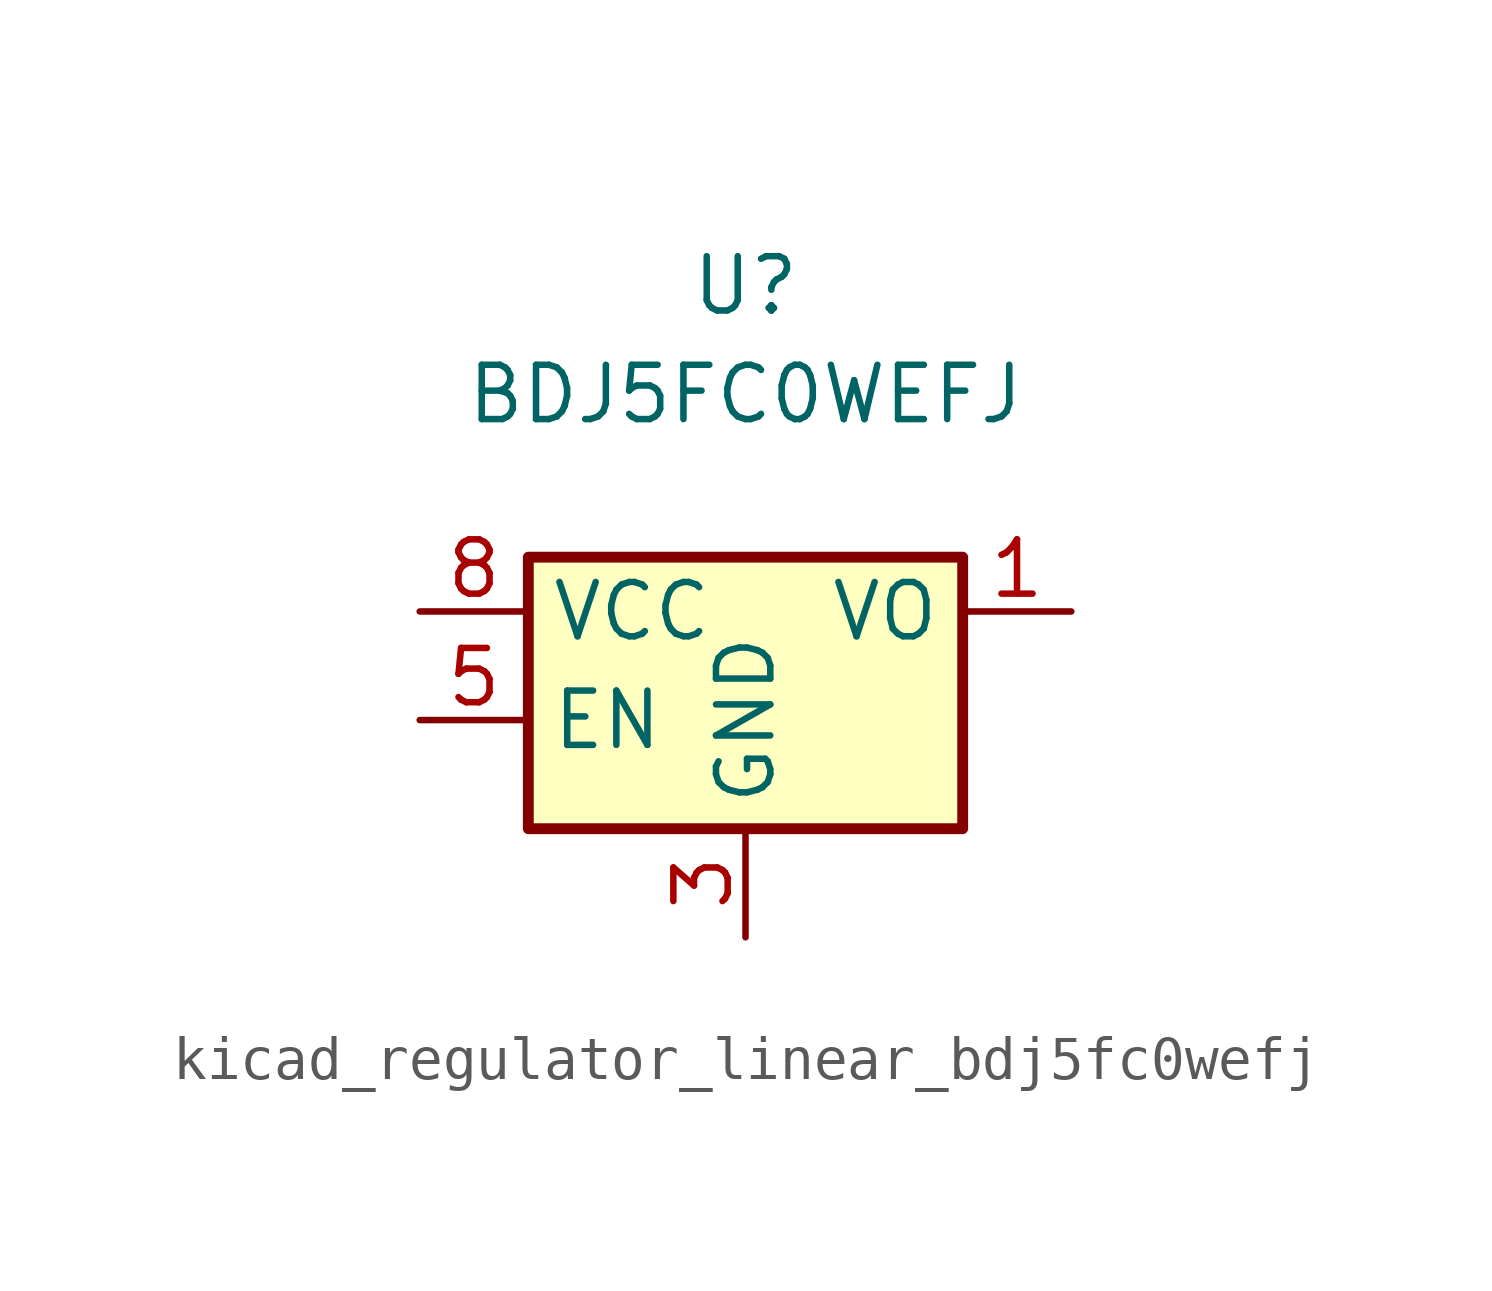
<source format=kicad_sym>
(kicad_symbol_lib
  (version 20220914)
  (generator kicad_symbol_editor)
  (symbol "kicad_regulator_linear_bdj5fc0wefj"
    (property "Reference" "U"
      (at 0 7.62 0)
      (effects (font (size 1.27 1.27))))
    (property "Value" "BDJ5FC0WEFJ"
      (at 0 5.08 0)
      (effects (font (size 1.27 1.27))))
    (symbol "kicad_regulator_linear_bdj5fc0wefj_1_1"
      (rectangle (start -5.08 -5.08) (end 5.08 1.27) (stroke (width 0.254) (type default)) (fill (type background)))
      (pin power_out line (at 7.62 0 180) (length 2.54) (name "VO" (effects (font (size 1.27 1.27)))) (number "1" (effects (font (size 1.27 1.27)))))
      (pin no_connect line (at 5.08 -2.54 180) (length 2.54) hide (name "NC" (effects (font (size 1.27 1.27)))) (number "2" (effects (font (size 1.27 1.27)))))
      (pin power_in line (at 0 -7.62 90) (length 2.54) (name "GND" (effects (font (size 1.27 1.27)))) (number "3" (effects (font (size 1.27 1.27)))))
      (pin no_connect line (at -3.81 -5.08 90) (length 2.54) hide (name "NC" (effects (font (size 1.27 1.27)))) (number "4" (effects (font (size 1.27 1.27)))))
      (pin input line (at -7.62 -2.54 0) (length 2.54) (name "EN" (effects (font (size 1.27 1.27)))) (number "5" (effects (font (size 1.27 1.27)))))
      (pin no_connect line (at -2.54 -5.08 90) (length 2.54) hide (name "NC" (effects (font (size 1.27 1.27)))) (number "6" (effects (font (size 1.27 1.27)))))
      (pin no_connect line (at -1.27 -5.08 90) (length 2.54) hide (name "NC" (effects (font (size 1.27 1.27)))) (number "7" (effects (font (size 1.27 1.27)))))
      (pin power_in line (at -7.62 0 0) (length 2.54) (name "VCC" (effects (font (size 1.27 1.27)))) (number "8" (effects (font (size 1.27 1.27)))))
      (pin passive line (at 0 -7.62 90) (length 2.54) hide (name "GND" (effects (font (size 1.27 1.27)))) (number "9" (effects (font (size 1.27 1.27))))))))
</source>
